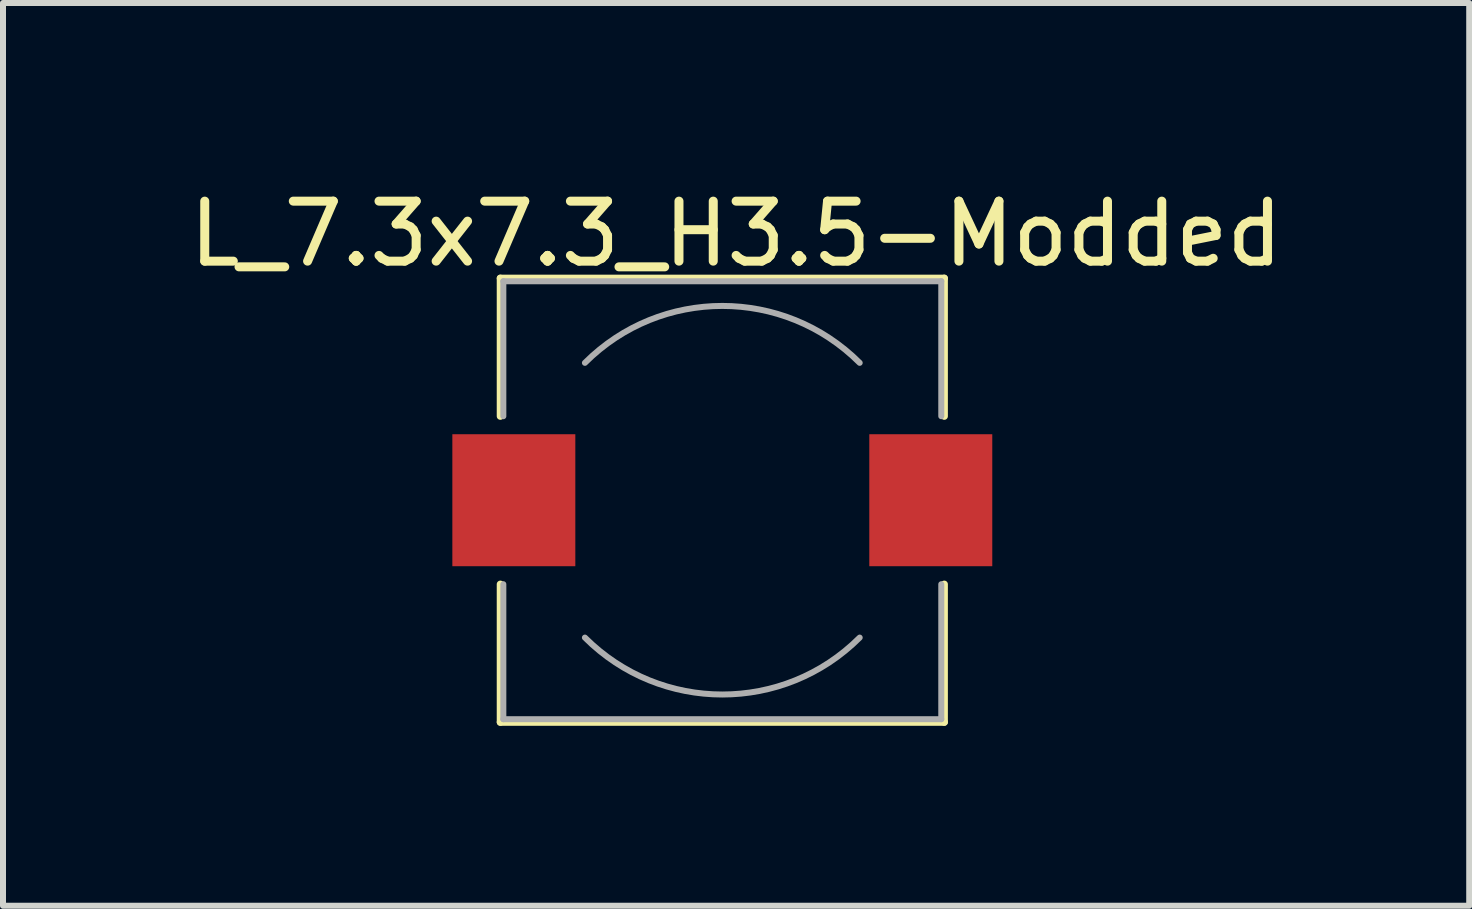
<source format=kicad_pcb>
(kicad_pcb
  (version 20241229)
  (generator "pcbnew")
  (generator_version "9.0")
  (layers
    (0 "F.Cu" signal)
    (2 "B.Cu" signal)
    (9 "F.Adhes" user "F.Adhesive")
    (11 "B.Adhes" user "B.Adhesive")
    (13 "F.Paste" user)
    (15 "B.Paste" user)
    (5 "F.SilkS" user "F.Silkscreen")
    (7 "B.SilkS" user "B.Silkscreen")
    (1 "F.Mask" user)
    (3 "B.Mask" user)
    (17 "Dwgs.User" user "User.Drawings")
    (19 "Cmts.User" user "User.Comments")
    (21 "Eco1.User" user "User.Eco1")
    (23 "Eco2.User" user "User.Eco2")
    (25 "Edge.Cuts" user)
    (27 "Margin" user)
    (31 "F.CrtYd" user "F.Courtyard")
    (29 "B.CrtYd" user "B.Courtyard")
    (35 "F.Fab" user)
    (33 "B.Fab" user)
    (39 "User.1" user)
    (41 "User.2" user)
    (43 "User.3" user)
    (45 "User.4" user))
  (footprint "L_7.3x7.3_H3.5-Modded"
    (layer "F.Cu")
    (at 8.99 5.288)
    (property "Reference" "L_7.3x7.3_H3.5-Modded" (at 0.23 -4.44 180) (layer "F.SilkS") (effects (font (size 1 1) (thickness 0.15))))
    (attr smd)
    (fp_line (start -3.7 -3.7) (end 3.7 -3.7) (stroke (width 0.12) (type solid)) (layer "F.SilkS"))
    (fp_line (start -3.7 -1.4) (end -3.7 -3.7) (stroke (width 0.12) (type solid)) (layer "F.SilkS"))
    (fp_line (start -3.7 3.7) (end -3.7 1.4) (stroke (width 0.12) (type solid)) (layer "F.SilkS"))
    (fp_line (start 3.7 -3.7) (end 3.7 -1.4) (stroke (width 0.12) (type solid)) (layer "F.SilkS"))
    (fp_line (start 3.7 1.4) (end 3.7 3.7) (stroke (width 0.12) (type solid)) (layer "F.SilkS"))
    (fp_line (start 3.7 3.7) (end -3.7 3.7) (stroke (width 0.12) (type solid)) (layer "F.SilkS"))
    (fp_line (start -3.65 -3.65) (end -3.65 -1.4) (stroke (width 0.1) (type solid)) (layer "F.Fab"))
    (fp_line (start -3.65 -3.65) (end 3.65 -3.65) (stroke (width 0.1) (type solid)) (layer "F.Fab"))
    (fp_line (start -3.65 3.65) (end -3.65 1.4) (stroke (width 0.1) (type solid)) (layer "F.Fab"))
    (fp_line (start 3.65 -3.65) (end 3.65 -1.4) (stroke (width 0.1) (type solid)) (layer "F.Fab"))
    (fp_line (start 3.65 3.65) (end -3.65 3.65) (stroke (width 0.1) (type solid)) (layer "F.Fab"))
    (fp_line (start 3.65 3.65) (end 3.65 1.4) (stroke (width 0.1) (type solid)) (layer "F.Fab"))
    (fp_arc (start -2.29 -2.29) (mid 0 -3.238549) (end 2.29 -2.29) (stroke (width 0.1) (type solid)) (layer "F.Fab"))
    (fp_arc (start 2.29 2.29) (mid 0 3.238549) (end -2.29 2.29) (stroke (width 0.1) (type solid)) (layer "F.Fab"))
    (pad "1" smd rect (at -3.475 0) (size 2.05 2.2) (layers "F.Cu" "F.Mask" "F.Paste"))
    (pad "2" smd rect (at 3.475 0) (size 2.05 2.2) (layers "F.Cu" "F.Mask" "F.Paste")))
  (gr_rect
    (start -3 -3)
    (end 21.44 12.048)
    (stroke (width 0.1) (type default))
    (fill no)
    (layer "Edge.Cuts")))
</source>
